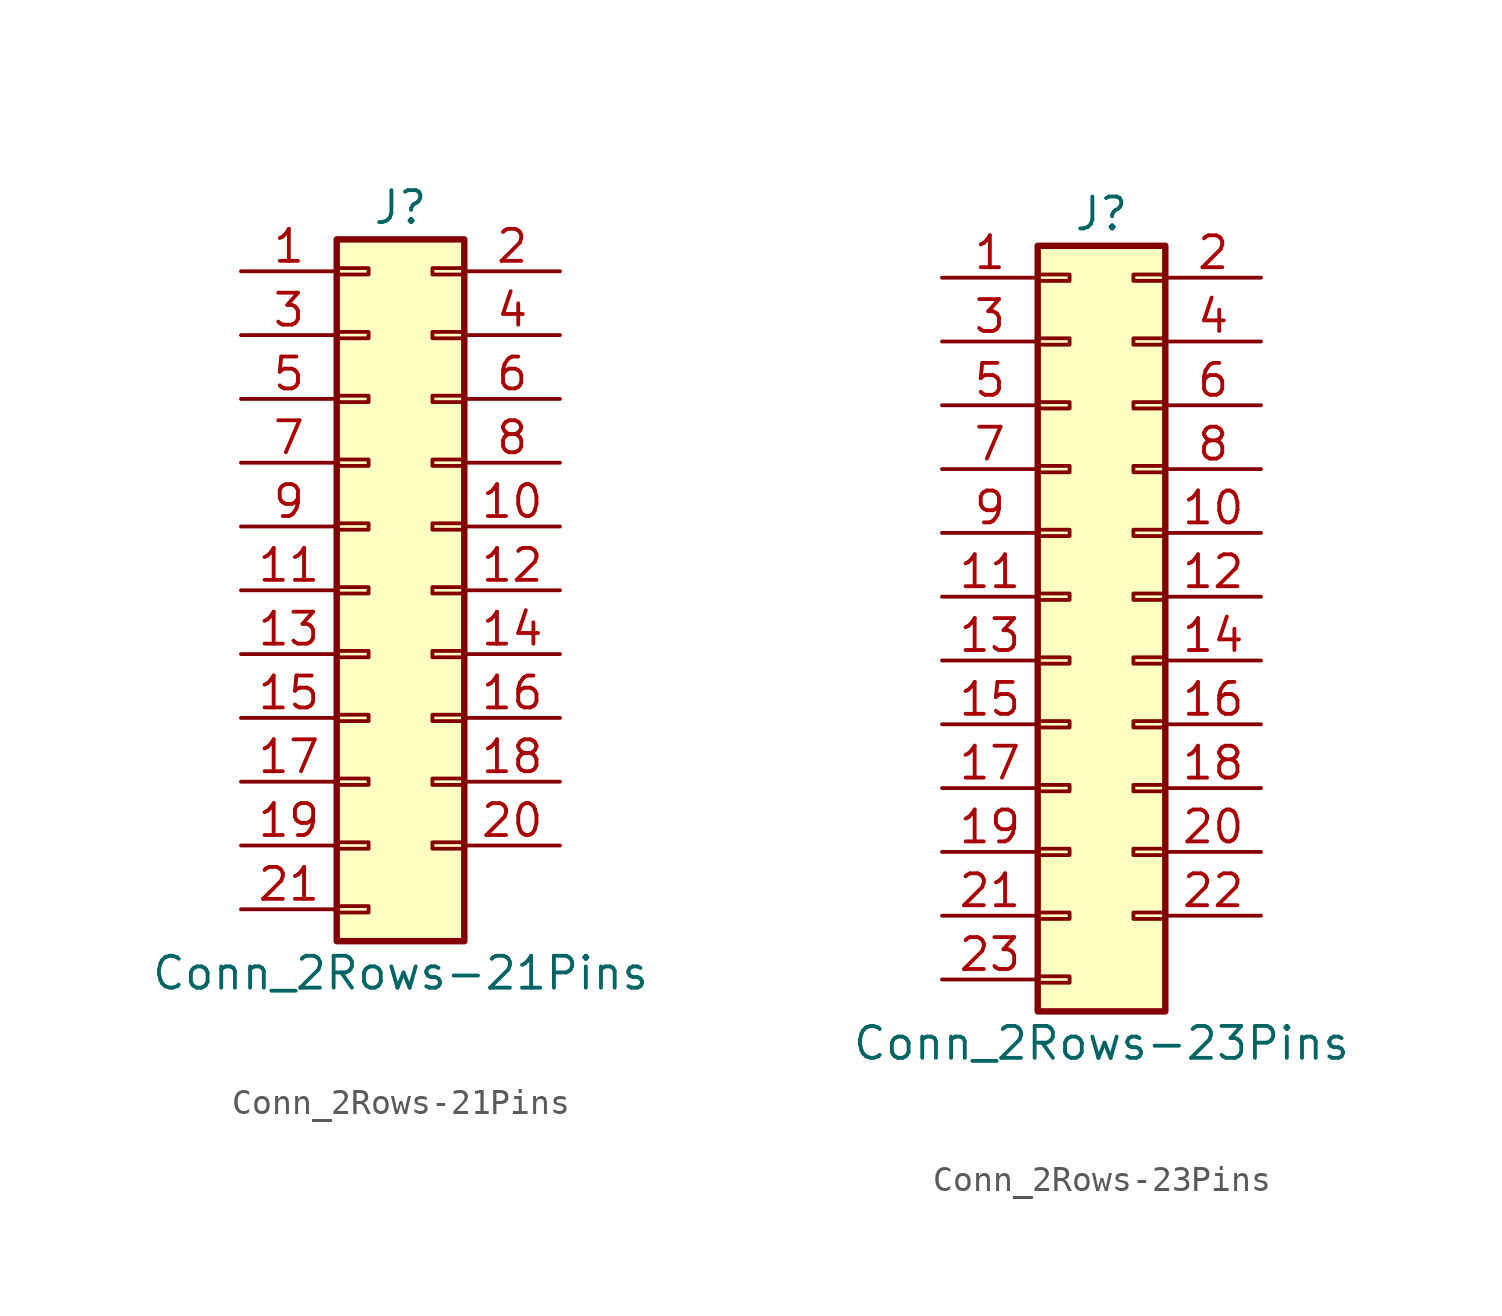
<source format=kicad_sym>
(kicad_symbol_lib
  (version 20201005)
  (generator kicad_symbol_editor)
  (symbol "Conn_2Rows-21Pins"
    (pin_names
      (offset 1.016) hide)
    (property "Reference" "J"
      (at 1.27 15.24 0)
      (effects (font (size 1.27 1.27))))
    (property "Value" "Conn_2Rows-21Pins"
      (at 1.27 -15.24 0)
      (effects (font (size 1.27 1.27))))
    (symbol "Conn_2Rows-21Pins_1_1"
      (rectangle (start -1.27 -12.573) (end 0 -12.827) (stroke (width 0.152)) (fill (type none)))
      (rectangle (start -1.27 -10.033) (end 0 -10.287) (stroke (width 0.152)) (fill (type none)))
      (rectangle (start -1.27 -7.493) (end 0 -7.747) (stroke (width 0.152)) (fill (type none)))
      (rectangle (start -1.27 -4.953) (end 0 -5.207) (stroke (width 0.152)) (fill (type none)))
      (rectangle (start -1.27 -2.413) (end 0 -2.667) (stroke (width 0.152)) (fill (type none)))
      (rectangle (start -1.27 0.127) (end 0 -0.127) (stroke (width 0.152)) (fill (type none)))
      (rectangle (start -1.27 2.667) (end 0 2.413) (stroke (width 0.152)) (fill (type none)))
      (rectangle (start -1.27 5.207) (end 0 4.953) (stroke (width 0.152)) (fill (type none)))
      (rectangle (start -1.27 7.747) (end 0 7.493) (stroke (width 0.152)) (fill (type none)))
      (rectangle (start -1.27 10.287) (end 0 10.033) (stroke (width 0.152)) (fill (type none)))
      (rectangle (start -1.27 12.827) (end 0 12.573) (stroke (width 0.152)) (fill (type none)))
      (rectangle (start -1.27 13.97) (end 3.81 -13.97) (stroke (width 0.254)) (fill (type background)))
      (rectangle (start 3.81 -10.033) (end 2.54 -10.287) (stroke (width 0.152)) (fill (type none)))
      (rectangle (start 3.81 -7.493) (end 2.54 -7.747) (stroke (width 0.152)) (fill (type none)))
      (rectangle (start 3.81 -4.953) (end 2.54 -5.207) (stroke (width 0.152)) (fill (type none)))
      (rectangle (start 3.81 -2.413) (end 2.54 -2.667) (stroke (width 0.152)) (fill (type none)))
      (rectangle (start 3.81 0.127) (end 2.54 -0.127) (stroke (width 0.152)) (fill (type none)))
      (rectangle (start 3.81 2.667) (end 2.54 2.413) (stroke (width 0.152)) (fill (type none)))
      (rectangle (start 3.81 5.207) (end 2.54 4.953) (stroke (width 0.152)) (fill (type none)))
      (rectangle (start 3.81 7.747) (end 2.54 7.493) (stroke (width 0.152)) (fill (type none)))
      (rectangle (start 3.81 10.287) (end 2.54 10.033) (stroke (width 0.152)) (fill (type none)))
      (rectangle (start 3.81 12.827) (end 2.54 12.573) (stroke (width 0.152)) (fill (type none)))
      (pin passive line (at -5.08 12.7 0) (length 3.81) (name "Pin_1" (effects (font (size 1.27 1.27)))) (number "1" (effects (font (size 1.27 1.27)))))
      (pin passive line (at 7.62 2.54 180) (length 3.81) (name "Pin_10" (effects (font (size 1.27 1.27)))) (number "10" (effects (font (size 1.27 1.27)))))
      (pin passive line (at -5.08 0 0) (length 3.81) (name "Pin_11" (effects (font (size 1.27 1.27)))) (number "11" (effects (font (size 1.27 1.27)))))
      (pin passive line (at 7.62 0 180) (length 3.81) (name "Pin_12" (effects (font (size 1.27 1.27)))) (number "12" (effects (font (size 1.27 1.27)))))
      (pin passive line (at -5.08 -2.54 0) (length 3.81) (name "Pin_13" (effects (font (size 1.27 1.27)))) (number "13" (effects (font (size 1.27 1.27)))))
      (pin passive line (at 7.62 -2.54 180) (length 3.81) (name "Pin_14" (effects (font (size 1.27 1.27)))) (number "14" (effects (font (size 1.27 1.27)))))
      (pin passive line (at -5.08 -5.08 0) (length 3.81) (name "Pin_15" (effects (font (size 1.27 1.27)))) (number "15" (effects (font (size 1.27 1.27)))))
      (pin passive line (at 7.62 -5.08 180) (length 3.81) (name "Pin_16" (effects (font (size 1.27 1.27)))) (number "16" (effects (font (size 1.27 1.27)))))
      (pin passive line (at -5.08 -7.62 0) (length 3.81) (name "Pin_17" (effects (font (size 1.27 1.27)))) (number "17" (effects (font (size 1.27 1.27)))))
      (pin passive line (at 7.62 -7.62 180) (length 3.81) (name "Pin_18" (effects (font (size 1.27 1.27)))) (number "18" (effects (font (size 1.27 1.27)))))
      (pin passive line (at -5.08 -10.16 0) (length 3.81) (name "Pin_19" (effects (font (size 1.27 1.27)))) (number "19" (effects (font (size 1.27 1.27)))))
      (pin passive line (at 7.62 12.7 180) (length 3.81) (name "Pin_2" (effects (font (size 1.27 1.27)))) (number "2" (effects (font (size 1.27 1.27)))))
      (pin passive line (at 7.62 -10.16 180) (length 3.81) (name "Pin_20" (effects (font (size 1.27 1.27)))) (number "20" (effects (font (size 1.27 1.27)))))
      (pin passive line (at -5.08 -12.7 0) (length 3.81) (name "Pin_21" (effects (font (size 1.27 1.27)))) (number "21" (effects (font (size 1.27 1.27)))))
      (pin passive line (at -5.08 10.16 0) (length 3.81) (name "Pin_3" (effects (font (size 1.27 1.27)))) (number "3" (effects (font (size 1.27 1.27)))))
      (pin passive line (at 7.62 10.16 180) (length 3.81) (name "Pin_4" (effects (font (size 1.27 1.27)))) (number "4" (effects (font (size 1.27 1.27)))))
      (pin passive line (at -5.08 7.62 0) (length 3.81) (name "Pin_5" (effects (font (size 1.27 1.27)))) (number "5" (effects (font (size 1.27 1.27)))))
      (pin passive line (at 7.62 7.62 180) (length 3.81) (name "Pin_6" (effects (font (size 1.27 1.27)))) (number "6" (effects (font (size 1.27 1.27)))))
      (pin passive line (at -5.08 5.08 0) (length 3.81) (name "Pin_7" (effects (font (size 1.27 1.27)))) (number "7" (effects (font (size 1.27 1.27)))))
      (pin passive line (at 7.62 5.08 180) (length 3.81) (name "Pin_8" (effects (font (size 1.27 1.27)))) (number "8" (effects (font (size 1.27 1.27)))))
      (pin passive line (at -5.08 2.54 0) (length 3.81) (name "Pin_9" (effects (font (size 1.27 1.27)))) (number "9" (effects (font (size 1.27 1.27)))))))
  (symbol "Conn_2Rows-23Pins"
    (pin_names
      (offset 1.016) hide)
    (property "Reference" "J"
      (at 1.27 15.24 0)
      (effects (font (size 1.27 1.27))))
    (property "Value" "Conn_2Rows-23Pins"
      (at 1.27 -17.78 0)
      (effects (font (size 1.27 1.27))))
    (symbol "Conn_2Rows-23Pins_1_1"
      (rectangle (start -1.27 -15.113) (end 0 -15.367) (stroke (width 0.152)) (fill (type none)))
      (rectangle (start -1.27 -12.573) (end 0 -12.827) (stroke (width 0.152)) (fill (type none)))
      (rectangle (start -1.27 -10.033) (end 0 -10.287) (stroke (width 0.152)) (fill (type none)))
      (rectangle (start -1.27 -7.493) (end 0 -7.747) (stroke (width 0.152)) (fill (type none)))
      (rectangle (start -1.27 -4.953) (end 0 -5.207) (stroke (width 0.152)) (fill (type none)))
      (rectangle (start -1.27 -2.413) (end 0 -2.667) (stroke (width 0.152)) (fill (type none)))
      (rectangle (start -1.27 0.127) (end 0 -0.127) (stroke (width 0.152)) (fill (type none)))
      (rectangle (start -1.27 2.667) (end 0 2.413) (stroke (width 0.152)) (fill (type none)))
      (rectangle (start -1.27 5.207) (end 0 4.953) (stroke (width 0.152)) (fill (type none)))
      (rectangle (start -1.27 7.747) (end 0 7.493) (stroke (width 0.152)) (fill (type none)))
      (rectangle (start -1.27 10.287) (end 0 10.033) (stroke (width 0.152)) (fill (type none)))
      (rectangle (start -1.27 12.827) (end 0 12.573) (stroke (width 0.152)) (fill (type none)))
      (rectangle (start -1.27 13.97) (end 3.81 -16.51) (stroke (width 0.254)) (fill (type background)))
      (rectangle (start 3.81 -12.573) (end 2.54 -12.827) (stroke (width 0.152)) (fill (type none)))
      (rectangle (start 3.81 -10.033) (end 2.54 -10.287) (stroke (width 0.152)) (fill (type none)))
      (rectangle (start 3.81 -7.493) (end 2.54 -7.747) (stroke (width 0.152)) (fill (type none)))
      (rectangle (start 3.81 -4.953) (end 2.54 -5.207) (stroke (width 0.152)) (fill (type none)))
      (rectangle (start 3.81 -2.413) (end 2.54 -2.667) (stroke (width 0.152)) (fill (type none)))
      (rectangle (start 3.81 0.127) (end 2.54 -0.127) (stroke (width 0.152)) (fill (type none)))
      (rectangle (start 3.81 2.667) (end 2.54 2.413) (stroke (width 0.152)) (fill (type none)))
      (rectangle (start 3.81 5.207) (end 2.54 4.953) (stroke (width 0.152)) (fill (type none)))
      (rectangle (start 3.81 7.747) (end 2.54 7.493) (stroke (width 0.152)) (fill (type none)))
      (rectangle (start 3.81 10.287) (end 2.54 10.033) (stroke (width 0.152)) (fill (type none)))
      (rectangle (start 3.81 12.827) (end 2.54 12.573) (stroke (width 0.152)) (fill (type none)))
      (pin passive line (at -5.08 12.7 0) (length 3.81) (name "Pin_1" (effects (font (size 1.27 1.27)))) (number "1" (effects (font (size 1.27 1.27)))))
      (pin passive line (at 7.62 2.54 180) (length 3.81) (name "Pin_10" (effects (font (size 1.27 1.27)))) (number "10" (effects (font (size 1.27 1.27)))))
      (pin passive line (at -5.08 0 0) (length 3.81) (name "Pin_11" (effects (font (size 1.27 1.27)))) (number "11" (effects (font (size 1.27 1.27)))))
      (pin passive line (at 7.62 0 180) (length 3.81) (name "Pin_12" (effects (font (size 1.27 1.27)))) (number "12" (effects (font (size 1.27 1.27)))))
      (pin passive line (at -5.08 -2.54 0) (length 3.81) (name "Pin_13" (effects (font (size 1.27 1.27)))) (number "13" (effects (font (size 1.27 1.27)))))
      (pin passive line (at 7.62 -2.54 180) (length 3.81) (name "Pin_14" (effects (font (size 1.27 1.27)))) (number "14" (effects (font (size 1.27 1.27)))))
      (pin passive line (at -5.08 -5.08 0) (length 3.81) (name "Pin_15" (effects (font (size 1.27 1.27)))) (number "15" (effects (font (size 1.27 1.27)))))
      (pin passive line (at 7.62 -5.08 180) (length 3.81) (name "Pin_16" (effects (font (size 1.27 1.27)))) (number "16" (effects (font (size 1.27 1.27)))))
      (pin passive line (at -5.08 -7.62 0) (length 3.81) (name "Pin_17" (effects (font (size 1.27 1.27)))) (number "17" (effects (font (size 1.27 1.27)))))
      (pin passive line (at 7.62 -7.62 180) (length 3.81) (name "Pin_18" (effects (font (size 1.27 1.27)))) (number "18" (effects (font (size 1.27 1.27)))))
      (pin passive line (at -5.08 -10.16 0) (length 3.81) (name "Pin_19" (effects (font (size 1.27 1.27)))) (number "19" (effects (font (size 1.27 1.27)))))
      (pin passive line (at 7.62 12.7 180) (length 3.81) (name "Pin_2" (effects (font (size 1.27 1.27)))) (number "2" (effects (font (size 1.27 1.27)))))
      (pin passive line (at 7.62 -10.16 180) (length 3.81) (name "Pin_20" (effects (font (size 1.27 1.27)))) (number "20" (effects (font (size 1.27 1.27)))))
      (pin passive line (at -5.08 -12.7 0) (length 3.81) (name "Pin_21" (effects (font (size 1.27 1.27)))) (number "21" (effects (font (size 1.27 1.27)))))
      (pin passive line (at 7.62 -12.7 180) (length 3.81) (name "Pin_22" (effects (font (size 1.27 1.27)))) (number "22" (effects (font (size 1.27 1.27)))))
      (pin passive line (at -5.08 -15.24 0) (length 3.81) (name "Pin_23" (effects (font (size 1.27 1.27)))) (number "23" (effects (font (size 1.27 1.27)))))
      (pin passive line (at -5.08 10.16 0) (length 3.81) (name "Pin_3" (effects (font (size 1.27 1.27)))) (number "3" (effects (font (size 1.27 1.27)))))
      (pin passive line (at 7.62 10.16 180) (length 3.81) (name "Pin_4" (effects (font (size 1.27 1.27)))) (number "4" (effects (font (size 1.27 1.27)))))
      (pin passive line (at -5.08 7.62 0) (length 3.81) (name "Pin_5" (effects (font (size 1.27 1.27)))) (number "5" (effects (font (size 1.27 1.27)))))
      (pin passive line (at 7.62 7.62 180) (length 3.81) (name "Pin_6" (effects (font (size 1.27 1.27)))) (number "6" (effects (font (size 1.27 1.27)))))
      (pin passive line (at -5.08 5.08 0) (length 3.81) (name "Pin_7" (effects (font (size 1.27 1.27)))) (number "7" (effects (font (size 1.27 1.27)))))
      (pin passive line (at 7.62 5.08 180) (length 3.81) (name "Pin_8" (effects (font (size 1.27 1.27)))) (number "8" (effects (font (size 1.27 1.27)))))
      (pin passive line (at -5.08 2.54 0) (length 3.81) (name "Pin_9" (effects (font (size 1.27 1.27)))) (number "9" (effects (font (size 1.27 1.27))))))))
</source>
